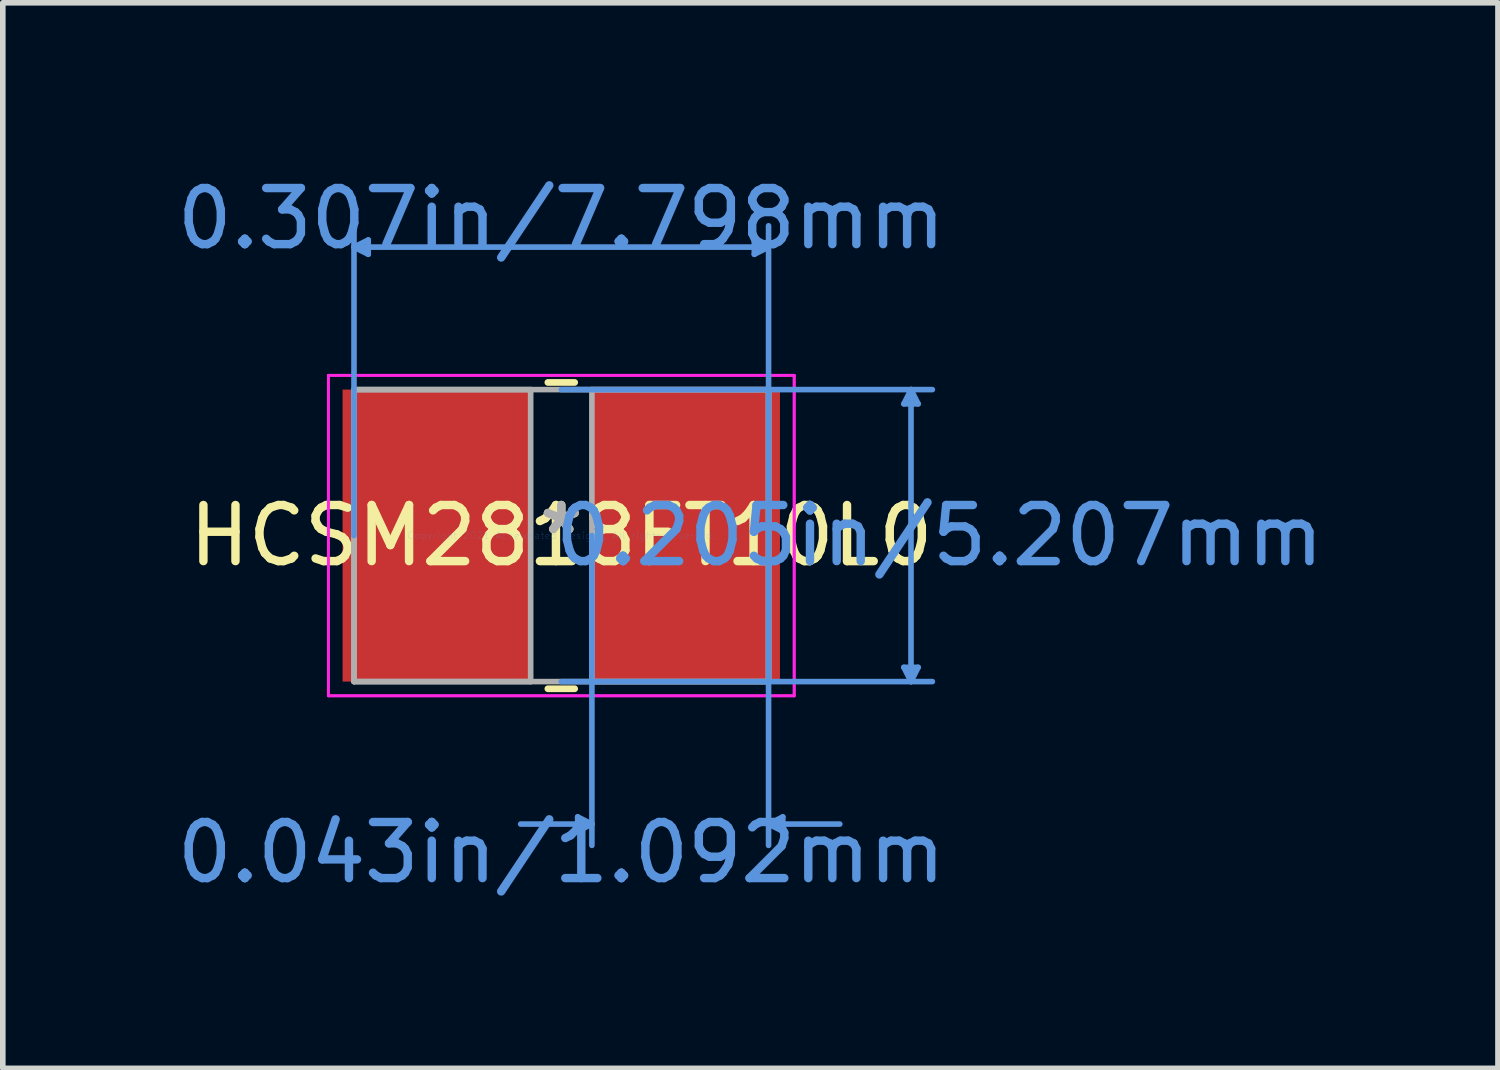
<source format=kicad_pcb>
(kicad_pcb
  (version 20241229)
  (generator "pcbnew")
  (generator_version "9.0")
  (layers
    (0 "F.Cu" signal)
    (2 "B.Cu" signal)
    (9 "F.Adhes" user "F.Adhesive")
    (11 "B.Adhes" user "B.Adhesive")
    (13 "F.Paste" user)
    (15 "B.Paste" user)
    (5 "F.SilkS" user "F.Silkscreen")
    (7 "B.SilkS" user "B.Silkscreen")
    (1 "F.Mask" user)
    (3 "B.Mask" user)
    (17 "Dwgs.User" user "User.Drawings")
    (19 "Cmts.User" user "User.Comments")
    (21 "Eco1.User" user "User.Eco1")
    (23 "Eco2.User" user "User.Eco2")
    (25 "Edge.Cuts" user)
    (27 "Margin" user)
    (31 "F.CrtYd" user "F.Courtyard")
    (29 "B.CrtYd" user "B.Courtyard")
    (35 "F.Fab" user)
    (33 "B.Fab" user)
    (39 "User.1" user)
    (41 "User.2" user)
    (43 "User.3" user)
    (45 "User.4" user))
  (footprint "HCSM2818FT10L0"
    (layer "F.Cu")
    (at 6.958 6.5)
    (property "Reference" "HCSM2818FT10L0" (at 0 0 0) (layer "F.SilkS") (effects (font (size 1 1) (thickness 0.15))))
    (attr through_hole)
    (fp_line (start -0.239 2.731) (end 0.239 2.731) (stroke (width 0.12) (type solid)) (layer "F.SilkS"))
    (fp_line (start 0.239 -2.731) (end -0.239 -2.731) (stroke (width 0.12) (type solid)) (layer "F.SilkS"))
    (fp_line (start -3.696 -5.144) (end -3.442 -5.271) (stroke (width 0.1) (type solid)) (layer "Cmts.User"))
    (fp_line (start -3.696 -5.144) (end -3.442 -5.016) (stroke (width 0.1) (type solid)) (layer "Cmts.User"))
    (fp_line (start -3.696 -5.144) (end 3.696 -5.144) (stroke (width 0.1) (type solid)) (layer "Cmts.User"))
    (fp_line (start -3.696 0) (end -3.696 -5.524) (stroke (width 0.1) (type solid)) (layer "Cmts.User"))
    (fp_line (start -3.442 -5.271) (end -3.442 -5.016) (stroke (width 0.1) (type solid)) (layer "Cmts.User"))
    (fp_line (start 0 -2.603) (end 6.617 -2.603) (stroke (width 0.1) (type solid)) (layer "Cmts.User"))
    (fp_line (start 0 2.603) (end 6.617 2.603) (stroke (width 0.1) (type solid)) (layer "Cmts.User"))
    (fp_line (start 0.292 5.016) (end 0.292 5.271) (stroke (width 0.1) (type solid)) (layer "Cmts.User"))
    (fp_line (start 0.546 0) (end 0.546 5.524) (stroke (width 0.1) (type solid)) (layer "Cmts.User"))
    (fp_line (start 0.546 5.144) (end -0.724 5.144) (stroke (width 0.1) (type solid)) (layer "Cmts.User"))
    (fp_line (start 0.546 5.144) (end 0.292 5.016) (stroke (width 0.1) (type solid)) (layer "Cmts.User"))
    (fp_line (start 0.546 5.144) (end 0.292 5.271) (stroke (width 0.1) (type solid)) (layer "Cmts.User"))
    (fp_line (start 3.442 -5.271) (end 3.442 -5.016) (stroke (width 0.1) (type solid)) (layer "Cmts.User"))
    (fp_line (start 3.696 -5.144) (end 3.442 -5.271) (stroke (width 0.1) (type solid)) (layer "Cmts.User"))
    (fp_line (start 3.696 -5.144) (end 3.442 -5.016) (stroke (width 0.1) (type solid)) (layer "Cmts.User"))
    (fp_line (start 3.696 0) (end 3.696 -5.524) (stroke (width 0.1) (type solid)) (layer "Cmts.User"))
    (fp_line (start 3.696 0) (end 3.696 5.524) (stroke (width 0.1) (type solid)) (layer "Cmts.User"))
    (fp_line (start 3.696 5.144) (end 3.95 5.016) (stroke (width 0.1) (type solid)) (layer "Cmts.User"))
    (fp_line (start 3.696 5.144) (end 3.95 5.271) (stroke (width 0.1) (type solid)) (layer "Cmts.User"))
    (fp_line (start 3.696 5.144) (end 4.966 5.144) (stroke (width 0.1) (type solid)) (layer "Cmts.User"))
    (fp_line (start 3.95 5.016) (end 3.95 5.271) (stroke (width 0.1) (type solid)) (layer "Cmts.User"))
    (fp_line (start 6.109 -2.349) (end 6.363 -2.349) (stroke (width 0.1) (type solid)) (layer "Cmts.User"))
    (fp_line (start 6.109 2.349) (end 6.363 2.349) (stroke (width 0.1) (type solid)) (layer "Cmts.User"))
    (fp_line (start 6.236 -2.603) (end 6.109 -2.349) (stroke (width 0.1) (type solid)) (layer "Cmts.User"))
    (fp_line (start 6.236 -2.603) (end 6.236 2.603) (stroke (width 0.1) (type solid)) (layer "Cmts.User"))
    (fp_line (start 6.236 -2.603) (end 6.363 -2.349) (stroke (width 0.1) (type solid)) (layer "Cmts.User"))
    (fp_line (start 6.236 2.603) (end 6.109 2.349) (stroke (width 0.1) (type solid)) (layer "Cmts.User"))
    (fp_line (start 6.236 2.603) (end 6.363 2.349) (stroke (width 0.1) (type solid)) (layer "Cmts.User"))
    (fp_line (start -4.153 -2.857) (end 4.153 -2.857) (stroke (width 0.05) (type solid)) (layer "F.CrtYd"))
    (fp_line (start -4.153 -2.857) (end 4.153 -2.857) (stroke (width 0.05) (type solid)) (layer "F.CrtYd"))
    (fp_line (start -4.153 2.857) (end -4.153 -2.857) (stroke (width 0.05) (type solid)) (layer "F.CrtYd"))
    (fp_line (start -4.153 2.857) (end -4.153 -2.857) (stroke (width 0.05) (type solid)) (layer "F.CrtYd"))
    (fp_line (start 4.153 -2.857) (end 4.153 2.857) (stroke (width 0.05) (type solid)) (layer "F.CrtYd"))
    (fp_line (start 4.153 -2.857) (end 4.153 2.857) (stroke (width 0.05) (type solid)) (layer "F.CrtYd"))
    (fp_line (start 4.153 2.857) (end -4.153 2.857) (stroke (width 0.05) (type solid)) (layer "F.CrtYd"))
    (fp_line (start 4.153 2.857) (end -4.153 2.857) (stroke (width 0.05) (type solid)) (layer "F.CrtYd"))
    (fp_line (start -3.696 -2.603) (end -3.696 2.603) (stroke (width 0.1) (type solid)) (layer "F.Fab"))
    (fp_line (start -3.696 -2.603) (end -3.696 2.603) (stroke (width 0.1) (type solid)) (layer "F.Fab"))
    (fp_line (start -3.696 2.603) (end -0.546 2.603) (stroke (width 0.1) (type solid)) (layer "F.Fab"))
    (fp_line (start -3.696 2.603) (end 3.696 2.603) (stroke (width 0.1) (type solid)) (layer "F.Fab"))
    (fp_line (start -0.546 -2.603) (end -3.696 -2.603) (stroke (width 0.1) (type solid)) (layer "F.Fab"))
    (fp_line (start -0.546 2.603) (end -0.546 -2.603) (stroke (width 0.1) (type solid)) (layer "F.Fab"))
    (fp_line (start 0.546 -2.603) (end 0.546 2.603) (stroke (width 0.1) (type solid)) (layer "F.Fab"))
    (fp_line (start 0.546 2.603) (end 3.696 2.603) (stroke (width 0.1) (type solid)) (layer "F.Fab"))
    (fp_line (start 3.696 -2.603) (end -3.696 -2.603) (stroke (width 0.1) (type solid)) (layer "F.Fab"))
    (fp_line (start 3.696 -2.603) (end 0.546 -2.603) (stroke (width 0.1) (type solid)) (layer "F.Fab"))
    (fp_line (start 3.696 2.603) (end 3.696 -2.603) (stroke (width 0.1) (type solid)) (layer "F.Fab"))
    (fp_line (start 3.696 2.603) (end 3.696 -2.603) (stroke (width 0.1) (type solid)) (layer "F.Fab"))
    (fp_text user "*" (at 0 0 0) (layer "F.SilkS") (effects (font (size 1 1) (thickness 0.15))))
    (fp_text user "Copyright 2021 Accelerated Designs. All rights reserved." (at 0 0 0) (layer "Cmts.User") (effects (font (size 0.127 0.127) (thickness 0.002))))
    (fp_text user "0.307in/7.798mm" (at 0 -5.652 0) (layer "Cmts.User") (effects (font (size 1 1) (thickness 0.15))))
    (fp_text user "0.205in/5.207mm" (at 6.744 0 0) (layer "Cmts.User") (effects (font (size 1 1) (thickness 0.15))))
    (fp_text user "0.043in/1.092mm" (at 0 5.652 0) (layer "Cmts.User") (effects (font (size 1 1) (thickness 0.15))))
    (fp_text user "*" (at 0 0 0) (layer "F.Fab") (effects (font (size 1 1) (thickness 0.15))))
    (pad "1" smd rect (at -2.223 0) (size 3.353 5.207) (layers "F.Cu" "F.Mask" "F.Paste"))
    (pad "2" smd rect (at 2.223 0) (size 3.353 5.207) (layers "F.Cu" "F.Mask" "F.Paste")))
  (gr_rect
    (start -3 -3)
    (end 23.66 15.999)
    (stroke (width 0.1) (type default))
    (fill no)
    (layer "Edge.Cuts")))
</source>
